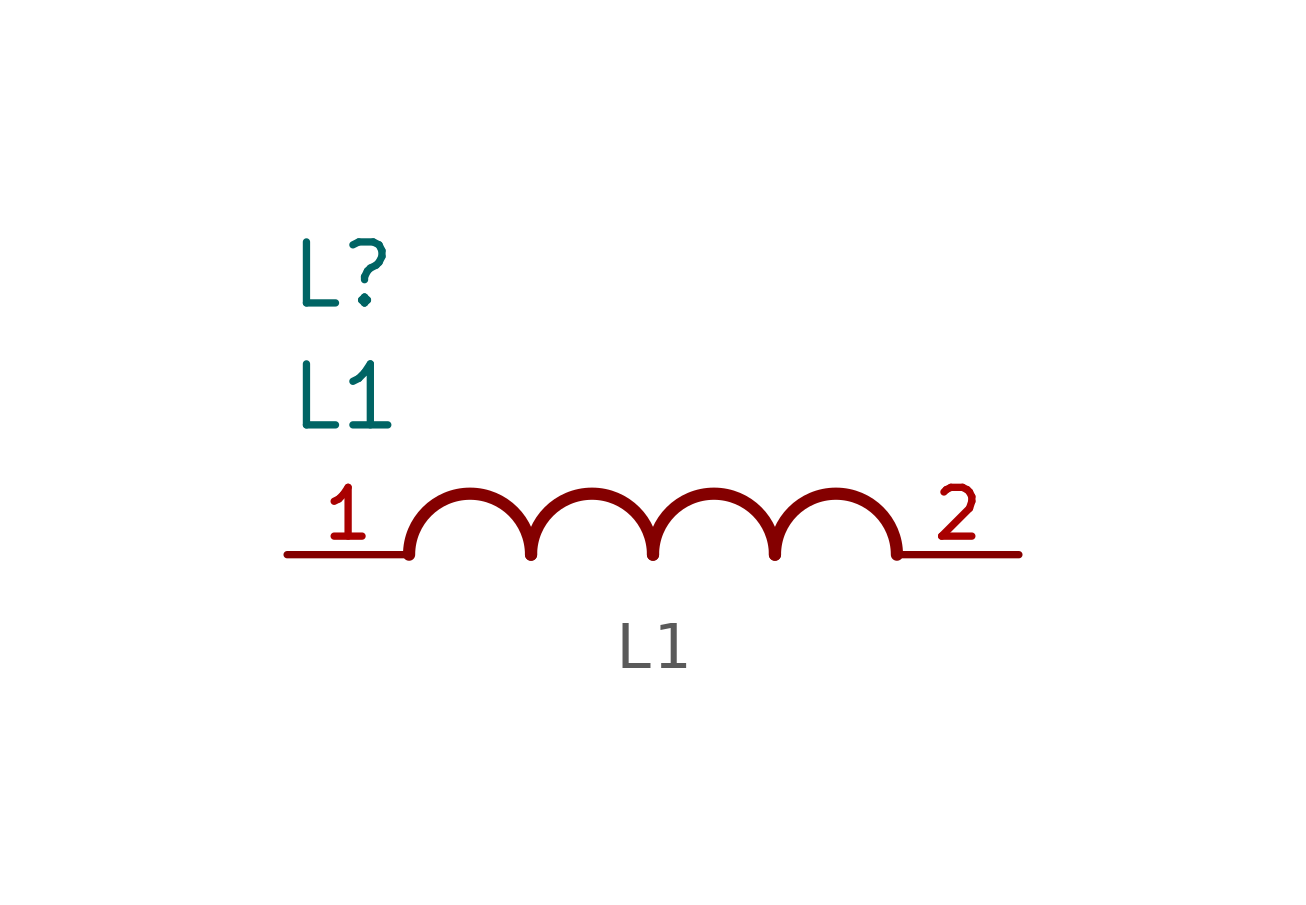
<source format=kicad_sym>
(kicad_symbol_lib
  (version 20241209)
  (generator "kicad_symbol_editor")
  (generator_version "9.0")
  (symbol "L1"
    (pin_names
      (offset 1.016))
    (property "Reference" "L"
      (at -7.62 5.08 0)
      (effects (font (size 1.27 1.27)) (justify left bottom)))
    (property "Value" "L1"
      (at -7.62 2.54 0)
      (effects (font (size 1.27 1.27)) (justify left bottom)))
    (symbol "L1_0_0"
      (arc (start -5.08 0) (mid -3.81 1.2645) (end -2.54 0) (stroke (width 0.254) (type default)) (fill (type none)))
      (arc (start -2.54 0) (mid -1.27 1.2645) (end 0 0) (stroke (width 0.254) (type default)) (fill (type none)))
      (arc (start 0 0) (mid 1.27 1.2645) (end 2.54 0) (stroke (width 0.254) (type default)) (fill (type none)))
      (arc (start 2.54 0) (mid 3.81 1.2645) (end 5.08 0) (stroke (width 0.254) (type default)) (fill (type none)))
      (pin passive line (at -7.62 0 0) (length 2.54) (name "~" (effects (font (size 1.016 1.016)))) (number "1" (effects (font (size 1.016 1.016)))))
      (pin passive line (at 7.62 0 180) (length 2.54) (name "~" (effects (font (size 1.016 1.016)))) (number "2" (effects (font (size 1.016 1.016))))))))
</source>
